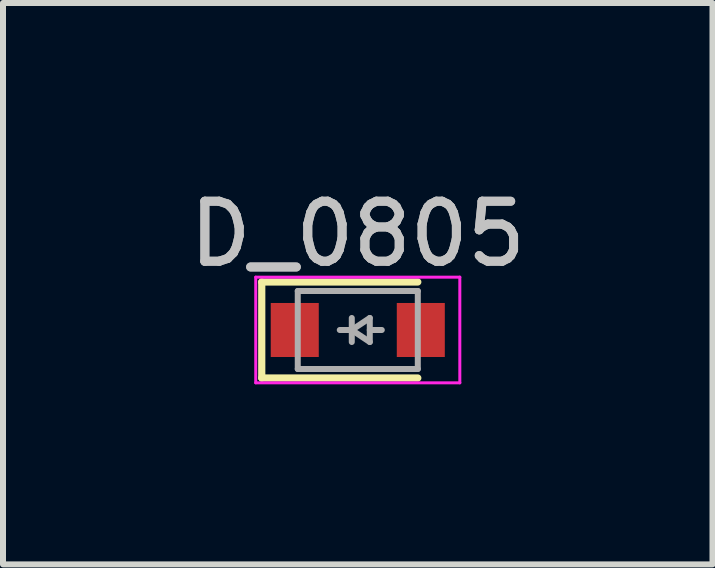
<source format=kicad_pcb>
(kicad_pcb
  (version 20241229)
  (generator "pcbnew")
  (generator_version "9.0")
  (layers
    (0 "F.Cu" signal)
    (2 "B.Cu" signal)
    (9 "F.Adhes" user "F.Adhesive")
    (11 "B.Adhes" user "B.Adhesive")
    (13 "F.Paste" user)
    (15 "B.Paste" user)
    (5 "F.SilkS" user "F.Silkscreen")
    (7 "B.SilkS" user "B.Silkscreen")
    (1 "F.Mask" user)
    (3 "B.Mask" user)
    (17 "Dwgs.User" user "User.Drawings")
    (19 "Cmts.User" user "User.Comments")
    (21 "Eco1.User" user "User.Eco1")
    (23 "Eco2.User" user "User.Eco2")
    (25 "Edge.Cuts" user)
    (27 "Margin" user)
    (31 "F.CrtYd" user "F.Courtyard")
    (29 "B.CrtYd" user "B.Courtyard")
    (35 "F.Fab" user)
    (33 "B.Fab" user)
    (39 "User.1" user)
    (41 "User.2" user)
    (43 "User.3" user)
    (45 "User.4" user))
  (footprint "D_0805"
    (layer "F.Cu")
    (at 2.911 2.448)
    (property "Reference" "D_0805" (at 0 -1.6 0) (layer "Dwgs.User") (effects (font (size 1 1) (thickness 0.15))))
    (attr smd)
    (fp_line (start -1.6 -0.8) (end -1.6 0.8) (stroke (width 0.12) (type solid)) (layer "F.SilkS"))
    (fp_line (start -1.6 -0.8) (end 1 -0.8) (stroke (width 0.12) (type solid)) (layer "F.SilkS"))
    (fp_line (start -1.6 0.8) (end 1 0.8) (stroke (width 0.12) (type solid)) (layer "F.SilkS"))
    (fp_line (start -1.7 -0.88) (end 1.7 -0.88) (stroke (width 0.05) (type solid)) (layer "F.CrtYd"))
    (fp_line (start -1.7 0.88) (end -1.7 -0.88) (stroke (width 0.05) (type solid)) (layer "F.CrtYd"))
    (fp_line (start 1.7 -0.88) (end 1.7 0.88) (stroke (width 0.05) (type solid)) (layer "F.CrtYd"))
    (fp_line (start 1.7 0.88) (end -1.7 0.88) (stroke (width 0.05) (type solid)) (layer "F.CrtYd"))
    (fp_line (start -1 -0.65) (end 1 -0.65) (stroke (width 0.1) (type solid)) (layer "F.Fab"))
    (fp_line (start -1 0.65) (end -1 -0.65) (stroke (width 0.1) (type solid)) (layer "F.Fab"))
    (fp_line (start -0.1 -0.2) (end -0.1 0.2) (stroke (width 0.1) (type solid)) (layer "F.Fab"))
    (fp_line (start -0.1 0) (end -0.3 0) (stroke (width 0.1) (type solid)) (layer "F.Fab"))
    (fp_line (start -0.1 0) (end 0.2 0.2) (stroke (width 0.1) (type solid)) (layer "F.Fab"))
    (fp_line (start 0.2 -0.2) (end -0.1 0) (stroke (width 0.1) (type solid)) (layer "F.Fab"))
    (fp_line (start 0.2 0) (end 0.4 0) (stroke (width 0.1) (type solid)) (layer "F.Fab"))
    (fp_line (start 0.2 0.2) (end 0.2 -0.2) (stroke (width 0.1) (type solid)) (layer "F.Fab"))
    (fp_line (start 1 -0.65) (end 1 0.65) (stroke (width 0.1) (type solid)) (layer "F.Fab"))
    (fp_line (start 1 0.65) (end -1 0.65) (stroke (width 0.1) (type solid)) (layer "F.Fab"))
    (fp_text user "${REFERENCE}" (at 0 -1.6 0) (layer "F.Fab") (effects (font (size 1 1) (thickness 0.15))))
    (pad "1" smd rect (at -1.05 0) (size 0.8 0.9) (layers "F.Cu" "F.Mask" "F.Paste"))
    (pad "2" smd rect (at 1.05 0) (size 0.8 0.9) (layers "F.Cu" "F.Mask" "F.Paste")))
  (gr_rect
    (start -3 -3)
    (end 8.821 6.353)
    (stroke (width 0.1) (type default))
    (fill no)
    (layer "Edge.Cuts")))
</source>
